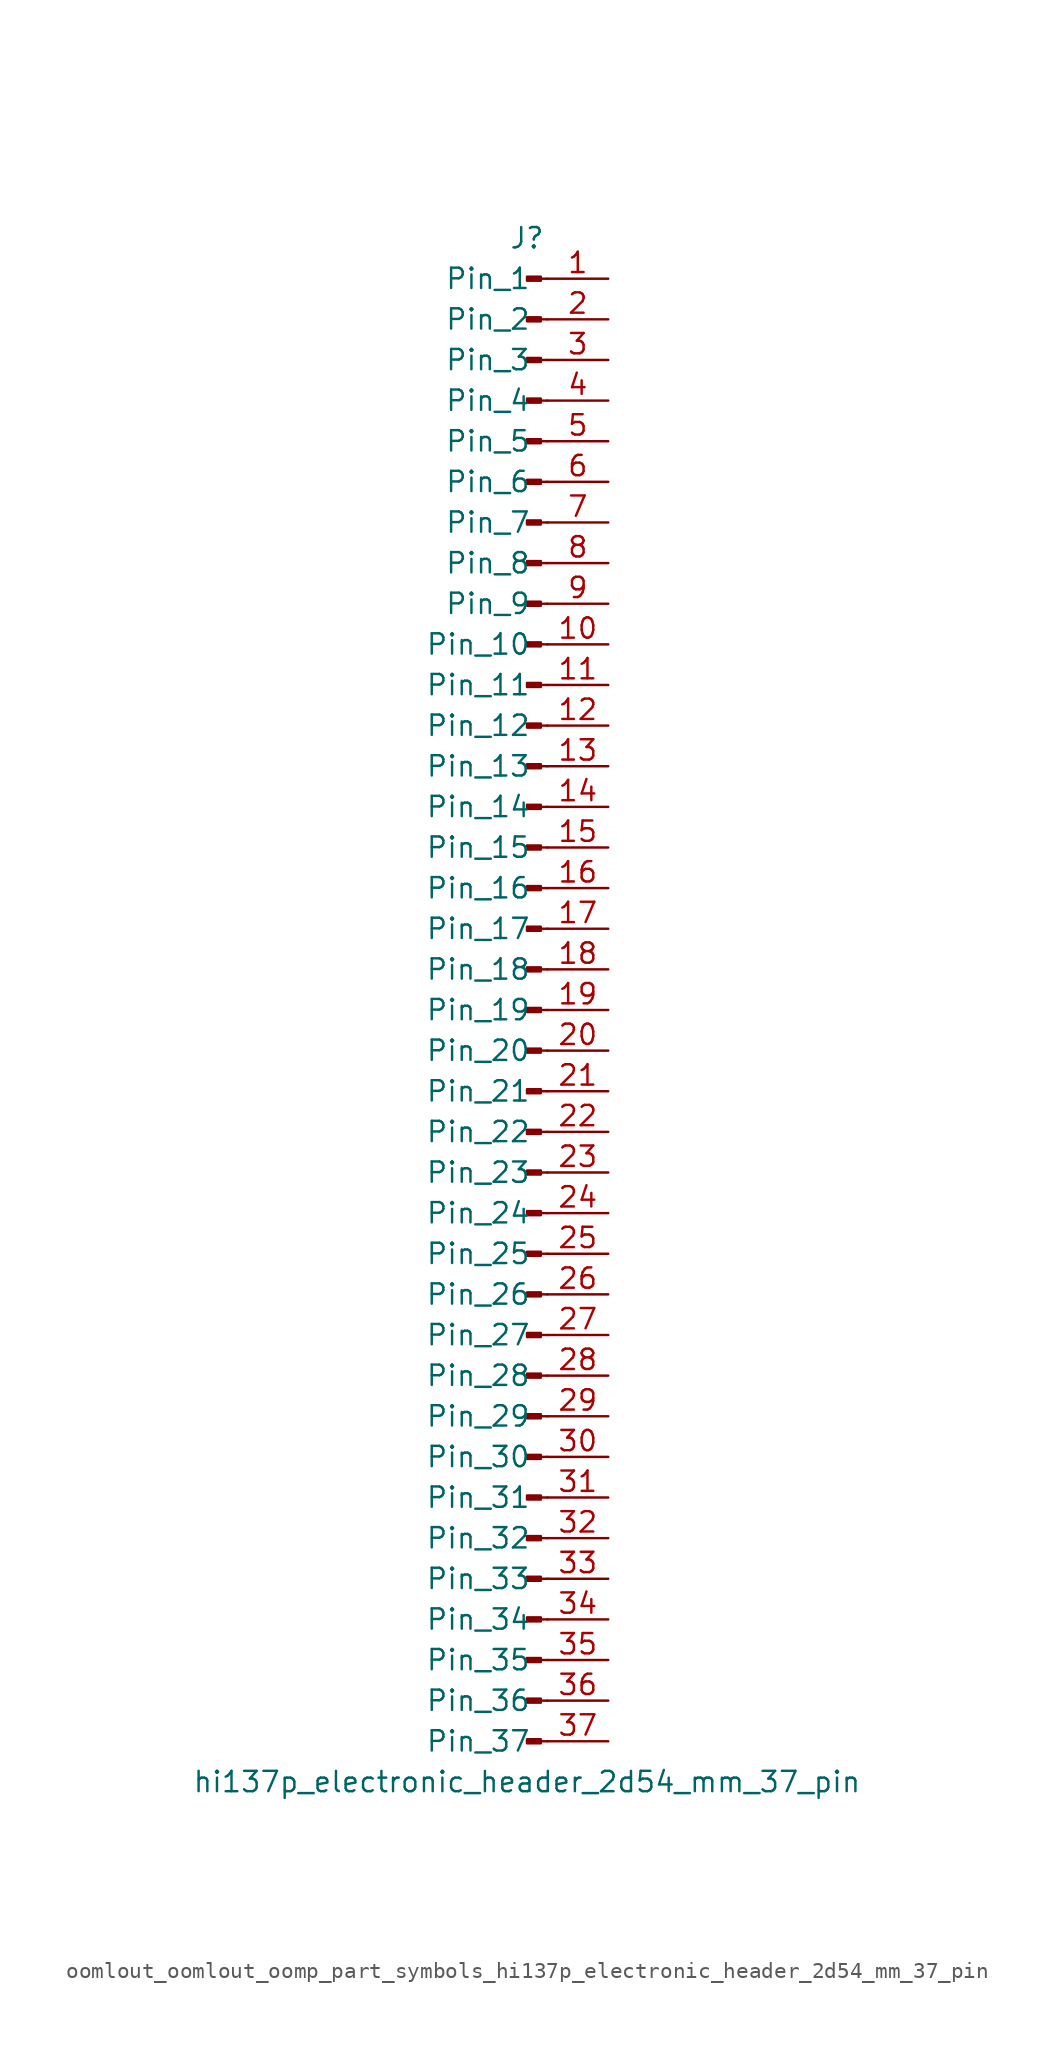
<source format=kicad_sym>
(kicad_symbol_lib
  (version 20220914)
  (generator kicad_symbol_editor)
  (symbol "oomlout_oomlout_oomp_part_symbols_hi137p_electronic_header_2d54_mm_37_pin"
    (pin_names
      (offset 1.016))
    (property "Reference" "J"
      (at 0 48.26 0)
      (effects (font (size 1.27 1.27))))
    (property "Value" "hi137p_electronic_header_2d54_mm_37_pin"
      (at 0 -48.26 0)
      (effects (font (size 1.27 1.27))))
    (property "ki_locked" ""
      (at 0 0 0)
      (effects (font (size 1.27 1.27))))
    (symbol "oomlout_oomlout_oomp_part_symbols_hi137p_electronic_header_2d54_mm_37_pin_1_1"
      (polyline (pts (xy 1.27 -45.72) (xy 0.864 -45.72)) (stroke (width 0.152) (type default)) (fill (type none)))
      (polyline (pts (xy 1.27 -43.18) (xy 0.864 -43.18)) (stroke (width 0.152) (type default)) (fill (type none)))
      (polyline (pts (xy 1.27 -40.64) (xy 0.864 -40.64)) (stroke (width 0.152) (type default)) (fill (type none)))
      (polyline (pts (xy 1.27 -38.1) (xy 0.864 -38.1)) (stroke (width 0.152) (type default)) (fill (type none)))
      (polyline (pts (xy 1.27 -35.56) (xy 0.864 -35.56)) (stroke (width 0.152) (type default)) (fill (type none)))
      (polyline (pts (xy 1.27 -33.02) (xy 0.864 -33.02)) (stroke (width 0.152) (type default)) (fill (type none)))
      (polyline (pts (xy 1.27 -30.48) (xy 0.864 -30.48)) (stroke (width 0.152) (type default)) (fill (type none)))
      (polyline (pts (xy 1.27 -27.94) (xy 0.864 -27.94)) (stroke (width 0.152) (type default)) (fill (type none)))
      (polyline (pts (xy 1.27 -25.4) (xy 0.864 -25.4)) (stroke (width 0.152) (type default)) (fill (type none)))
      (polyline (pts (xy 1.27 -22.86) (xy 0.864 -22.86)) (stroke (width 0.152) (type default)) (fill (type none)))
      (polyline (pts (xy 1.27 -20.32) (xy 0.864 -20.32)) (stroke (width 0.152) (type default)) (fill (type none)))
      (polyline (pts (xy 1.27 -17.78) (xy 0.864 -17.78)) (stroke (width 0.152) (type default)) (fill (type none)))
      (polyline (pts (xy 1.27 -15.24) (xy 0.864 -15.24)) (stroke (width 0.152) (type default)) (fill (type none)))
      (polyline (pts (xy 1.27 -12.7) (xy 0.864 -12.7)) (stroke (width 0.152) (type default)) (fill (type none)))
      (polyline (pts (xy 1.27 -10.16) (xy 0.864 -10.16)) (stroke (width 0.152) (type default)) (fill (type none)))
      (polyline (pts (xy 1.27 -7.62) (xy 0.864 -7.62)) (stroke (width 0.152) (type default)) (fill (type none)))
      (polyline (pts (xy 1.27 -5.08) (xy 0.864 -5.08)) (stroke (width 0.152) (type default)) (fill (type none)))
      (polyline (pts (xy 1.27 -2.54) (xy 0.864 -2.54)) (stroke (width 0.152) (type default)) (fill (type none)))
      (polyline (pts (xy 1.27 0) (xy 0.864 0)) (stroke (width 0.152) (type default)) (fill (type none)))
      (polyline (pts (xy 1.27 2.54) (xy 0.864 2.54)) (stroke (width 0.152) (type default)) (fill (type none)))
      (polyline (pts (xy 1.27 5.08) (xy 0.864 5.08)) (stroke (width 0.152) (type default)) (fill (type none)))
      (polyline (pts (xy 1.27 7.62) (xy 0.864 7.62)) (stroke (width 0.152) (type default)) (fill (type none)))
      (polyline (pts (xy 1.27 10.16) (xy 0.864 10.16)) (stroke (width 0.152) (type default)) (fill (type none)))
      (polyline (pts (xy 1.27 12.7) (xy 0.864 12.7)) (stroke (width 0.152) (type default)) (fill (type none)))
      (polyline (pts (xy 1.27 15.24) (xy 0.864 15.24)) (stroke (width 0.152) (type default)) (fill (type none)))
      (polyline (pts (xy 1.27 17.78) (xy 0.864 17.78)) (stroke (width 0.152) (type default)) (fill (type none)))
      (polyline (pts (xy 1.27 20.32) (xy 0.864 20.32)) (stroke (width 0.152) (type default)) (fill (type none)))
      (polyline (pts (xy 1.27 22.86) (xy 0.864 22.86)) (stroke (width 0.152) (type default)) (fill (type none)))
      (polyline (pts (xy 1.27 25.4) (xy 0.864 25.4)) (stroke (width 0.152) (type default)) (fill (type none)))
      (polyline (pts (xy 1.27 27.94) (xy 0.864 27.94)) (stroke (width 0.152) (type default)) (fill (type none)))
      (polyline (pts (xy 1.27 30.48) (xy 0.864 30.48)) (stroke (width 0.152) (type default)) (fill (type none)))
      (polyline (pts (xy 1.27 33.02) (xy 0.864 33.02)) (stroke (width 0.152) (type default)) (fill (type none)))
      (polyline (pts (xy 1.27 35.56) (xy 0.864 35.56)) (stroke (width 0.152) (type default)) (fill (type none)))
      (polyline (pts (xy 1.27 38.1) (xy 0.864 38.1)) (stroke (width 0.152) (type default)) (fill (type none)))
      (polyline (pts (xy 1.27 40.64) (xy 0.864 40.64)) (stroke (width 0.152) (type default)) (fill (type none)))
      (polyline (pts (xy 1.27 43.18) (xy 0.864 43.18)) (stroke (width 0.152) (type default)) (fill (type none)))
      (polyline (pts (xy 1.27 45.72) (xy 0.864 45.72)) (stroke (width 0.152) (type default)) (fill (type none)))
      (rectangle (start 0.864 -45.593) (end 0 -45.847) (stroke (width 0.152) (type default)) (fill (type outline)))
      (rectangle (start 0.864 -43.053) (end 0 -43.307) (stroke (width 0.152) (type default)) (fill (type outline)))
      (rectangle (start 0.864 -40.513) (end 0 -40.767) (stroke (width 0.152) (type default)) (fill (type outline)))
      (rectangle (start 0.864 -37.973) (end 0 -38.227) (stroke (width 0.152) (type default)) (fill (type outline)))
      (rectangle (start 0.864 -35.433) (end 0 -35.687) (stroke (width 0.152) (type default)) (fill (type outline)))
      (rectangle (start 0.864 -32.893) (end 0 -33.147) (stroke (width 0.152) (type default)) (fill (type outline)))
      (rectangle (start 0.864 -30.353) (end 0 -30.607) (stroke (width 0.152) (type default)) (fill (type outline)))
      (rectangle (start 0.864 -27.813) (end 0 -28.067) (stroke (width 0.152) (type default)) (fill (type outline)))
      (rectangle (start 0.864 -25.273) (end 0 -25.527) (stroke (width 0.152) (type default)) (fill (type outline)))
      (rectangle (start 0.864 -22.733) (end 0 -22.987) (stroke (width 0.152) (type default)) (fill (type outline)))
      (rectangle (start 0.864 -20.193) (end 0 -20.447) (stroke (width 0.152) (type default)) (fill (type outline)))
      (rectangle (start 0.864 -17.653) (end 0 -17.907) (stroke (width 0.152) (type default)) (fill (type outline)))
      (rectangle (start 0.864 -15.113) (end 0 -15.367) (stroke (width 0.152) (type default)) (fill (type outline)))
      (rectangle (start 0.864 -12.573) (end 0 -12.827) (stroke (width 0.152) (type default)) (fill (type outline)))
      (rectangle (start 0.864 -10.033) (end 0 -10.287) (stroke (width 0.152) (type default)) (fill (type outline)))
      (rectangle (start 0.864 -7.493) (end 0 -7.747) (stroke (width 0.152) (type default)) (fill (type outline)))
      (rectangle (start 0.864 -4.953) (end 0 -5.207) (stroke (width 0.152) (type default)) (fill (type outline)))
      (rectangle (start 0.864 -2.413) (end 0 -2.667) (stroke (width 0.152) (type default)) (fill (type outline)))
      (rectangle (start 0.864 0.127) (end 0 -0.127) (stroke (width 0.152) (type default)) (fill (type outline)))
      (rectangle (start 0.864 2.667) (end 0 2.413) (stroke (width 0.152) (type default)) (fill (type outline)))
      (rectangle (start 0.864 5.207) (end 0 4.953) (stroke (width 0.152) (type default)) (fill (type outline)))
      (rectangle (start 0.864 7.747) (end 0 7.493) (stroke (width 0.152) (type default)) (fill (type outline)))
      (rectangle (start 0.864 10.287) (end 0 10.033) (stroke (width 0.152) (type default)) (fill (type outline)))
      (rectangle (start 0.864 12.827) (end 0 12.573) (stroke (width 0.152) (type default)) (fill (type outline)))
      (rectangle (start 0.864 15.367) (end 0 15.113) (stroke (width 0.152) (type default)) (fill (type outline)))
      (rectangle (start 0.864 17.907) (end 0 17.653) (stroke (width 0.152) (type default)) (fill (type outline)))
      (rectangle (start 0.864 20.447) (end 0 20.193) (stroke (width 0.152) (type default)) (fill (type outline)))
      (rectangle (start 0.864 22.987) (end 0 22.733) (stroke (width 0.152) (type default)) (fill (type outline)))
      (rectangle (start 0.864 25.527) (end 0 25.273) (stroke (width 0.152) (type default)) (fill (type outline)))
      (rectangle (start 0.864 28.067) (end 0 27.813) (stroke (width 0.152) (type default)) (fill (type outline)))
      (rectangle (start 0.864 30.607) (end 0 30.353) (stroke (width 0.152) (type default)) (fill (type outline)))
      (rectangle (start 0.864 33.147) (end 0 32.893) (stroke (width 0.152) (type default)) (fill (type outline)))
      (rectangle (start 0.864 35.687) (end 0 35.433) (stroke (width 0.152) (type default)) (fill (type outline)))
      (rectangle (start 0.864 38.227) (end 0 37.973) (stroke (width 0.152) (type default)) (fill (type outline)))
      (rectangle (start 0.864 40.767) (end 0 40.513) (stroke (width 0.152) (type default)) (fill (type outline)))
      (rectangle (start 0.864 43.307) (end 0 43.053) (stroke (width 0.152) (type default)) (fill (type outline)))
      (rectangle (start 0.864 45.847) (end 0 45.593) (stroke (width 0.152) (type default)) (fill (type outline)))
      (pin passive line (at 5.08 45.72 180) (length 3.81) (name "Pin_1" (effects (font (size 1.27 1.27)))) (number "1" (effects (font (size 1.27 1.27)))))
      (pin passive line (at 5.08 22.86 180) (length 3.81) (name "Pin_10" (effects (font (size 1.27 1.27)))) (number "10" (effects (font (size 1.27 1.27)))))
      (pin passive line (at 5.08 20.32 180) (length 3.81) (name "Pin_11" (effects (font (size 1.27 1.27)))) (number "11" (effects (font (size 1.27 1.27)))))
      (pin passive line (at 5.08 17.78 180) (length 3.81) (name "Pin_12" (effects (font (size 1.27 1.27)))) (number "12" (effects (font (size 1.27 1.27)))))
      (pin passive line (at 5.08 15.24 180) (length 3.81) (name "Pin_13" (effects (font (size 1.27 1.27)))) (number "13" (effects (font (size 1.27 1.27)))))
      (pin passive line (at 5.08 12.7 180) (length 3.81) (name "Pin_14" (effects (font (size 1.27 1.27)))) (number "14" (effects (font (size 1.27 1.27)))))
      (pin passive line (at 5.08 10.16 180) (length 3.81) (name "Pin_15" (effects (font (size 1.27 1.27)))) (number "15" (effects (font (size 1.27 1.27)))))
      (pin passive line (at 5.08 7.62 180) (length 3.81) (name "Pin_16" (effects (font (size 1.27 1.27)))) (number "16" (effects (font (size 1.27 1.27)))))
      (pin passive line (at 5.08 5.08 180) (length 3.81) (name "Pin_17" (effects (font (size 1.27 1.27)))) (number "17" (effects (font (size 1.27 1.27)))))
      (pin passive line (at 5.08 2.54 180) (length 3.81) (name "Pin_18" (effects (font (size 1.27 1.27)))) (number "18" (effects (font (size 1.27 1.27)))))
      (pin passive line (at 5.08 0 180) (length 3.81) (name "Pin_19" (effects (font (size 1.27 1.27)))) (number "19" (effects (font (size 1.27 1.27)))))
      (pin passive line (at 5.08 43.18 180) (length 3.81) (name "Pin_2" (effects (font (size 1.27 1.27)))) (number "2" (effects (font (size 1.27 1.27)))))
      (pin passive line (at 5.08 -2.54 180) (length 3.81) (name "Pin_20" (effects (font (size 1.27 1.27)))) (number "20" (effects (font (size 1.27 1.27)))))
      (pin passive line (at 5.08 -5.08 180) (length 3.81) (name "Pin_21" (effects (font (size 1.27 1.27)))) (number "21" (effects (font (size 1.27 1.27)))))
      (pin passive line (at 5.08 -7.62 180) (length 3.81) (name "Pin_22" (effects (font (size 1.27 1.27)))) (number "22" (effects (font (size 1.27 1.27)))))
      (pin passive line (at 5.08 -10.16 180) (length 3.81) (name "Pin_23" (effects (font (size 1.27 1.27)))) (number "23" (effects (font (size 1.27 1.27)))))
      (pin passive line (at 5.08 -12.7 180) (length 3.81) (name "Pin_24" (effects (font (size 1.27 1.27)))) (number "24" (effects (font (size 1.27 1.27)))))
      (pin passive line (at 5.08 -15.24 180) (length 3.81) (name "Pin_25" (effects (font (size 1.27 1.27)))) (number "25" (effects (font (size 1.27 1.27)))))
      (pin passive line (at 5.08 -17.78 180) (length 3.81) (name "Pin_26" (effects (font (size 1.27 1.27)))) (number "26" (effects (font (size 1.27 1.27)))))
      (pin passive line (at 5.08 -20.32 180) (length 3.81) (name "Pin_27" (effects (font (size 1.27 1.27)))) (number "27" (effects (font (size 1.27 1.27)))))
      (pin passive line (at 5.08 -22.86 180) (length 3.81) (name "Pin_28" (effects (font (size 1.27 1.27)))) (number "28" (effects (font (size 1.27 1.27)))))
      (pin passive line (at 5.08 -25.4 180) (length 3.81) (name "Pin_29" (effects (font (size 1.27 1.27)))) (number "29" (effects (font (size 1.27 1.27)))))
      (pin passive line (at 5.08 40.64 180) (length 3.81) (name "Pin_3" (effects (font (size 1.27 1.27)))) (number "3" (effects (font (size 1.27 1.27)))))
      (pin passive line (at 5.08 -27.94 180) (length 3.81) (name "Pin_30" (effects (font (size 1.27 1.27)))) (number "30" (effects (font (size 1.27 1.27)))))
      (pin passive line (at 5.08 -30.48 180) (length 3.81) (name "Pin_31" (effects (font (size 1.27 1.27)))) (number "31" (effects (font (size 1.27 1.27)))))
      (pin passive line (at 5.08 -33.02 180) (length 3.81) (name "Pin_32" (effects (font (size 1.27 1.27)))) (number "32" (effects (font (size 1.27 1.27)))))
      (pin passive line (at 5.08 -35.56 180) (length 3.81) (name "Pin_33" (effects (font (size 1.27 1.27)))) (number "33" (effects (font (size 1.27 1.27)))))
      (pin passive line (at 5.08 -38.1 180) (length 3.81) (name "Pin_34" (effects (font (size 1.27 1.27)))) (number "34" (effects (font (size 1.27 1.27)))))
      (pin passive line (at 5.08 -40.64 180) (length 3.81) (name "Pin_35" (effects (font (size 1.27 1.27)))) (number "35" (effects (font (size 1.27 1.27)))))
      (pin passive line (at 5.08 -43.18 180) (length 3.81) (name "Pin_36" (effects (font (size 1.27 1.27)))) (number "36" (effects (font (size 1.27 1.27)))))
      (pin passive line (at 5.08 -45.72 180) (length 3.81) (name "Pin_37" (effects (font (size 1.27 1.27)))) (number "37" (effects (font (size 1.27 1.27)))))
      (pin passive line (at 5.08 38.1 180) (length 3.81) (name "Pin_4" (effects (font (size 1.27 1.27)))) (number "4" (effects (font (size 1.27 1.27)))))
      (pin passive line (at 5.08 35.56 180) (length 3.81) (name "Pin_5" (effects (font (size 1.27 1.27)))) (number "5" (effects (font (size 1.27 1.27)))))
      (pin passive line (at 5.08 33.02 180) (length 3.81) (name "Pin_6" (effects (font (size 1.27 1.27)))) (number "6" (effects (font (size 1.27 1.27)))))
      (pin passive line (at 5.08 30.48 180) (length 3.81) (name "Pin_7" (effects (font (size 1.27 1.27)))) (number "7" (effects (font (size 1.27 1.27)))))
      (pin passive line (at 5.08 27.94 180) (length 3.81) (name "Pin_8" (effects (font (size 1.27 1.27)))) (number "8" (effects (font (size 1.27 1.27)))))
      (pin passive line (at 5.08 25.4 180) (length 3.81) (name "Pin_9" (effects (font (size 1.27 1.27)))) (number "9" (effects (font (size 1.27 1.27))))))))
</source>
